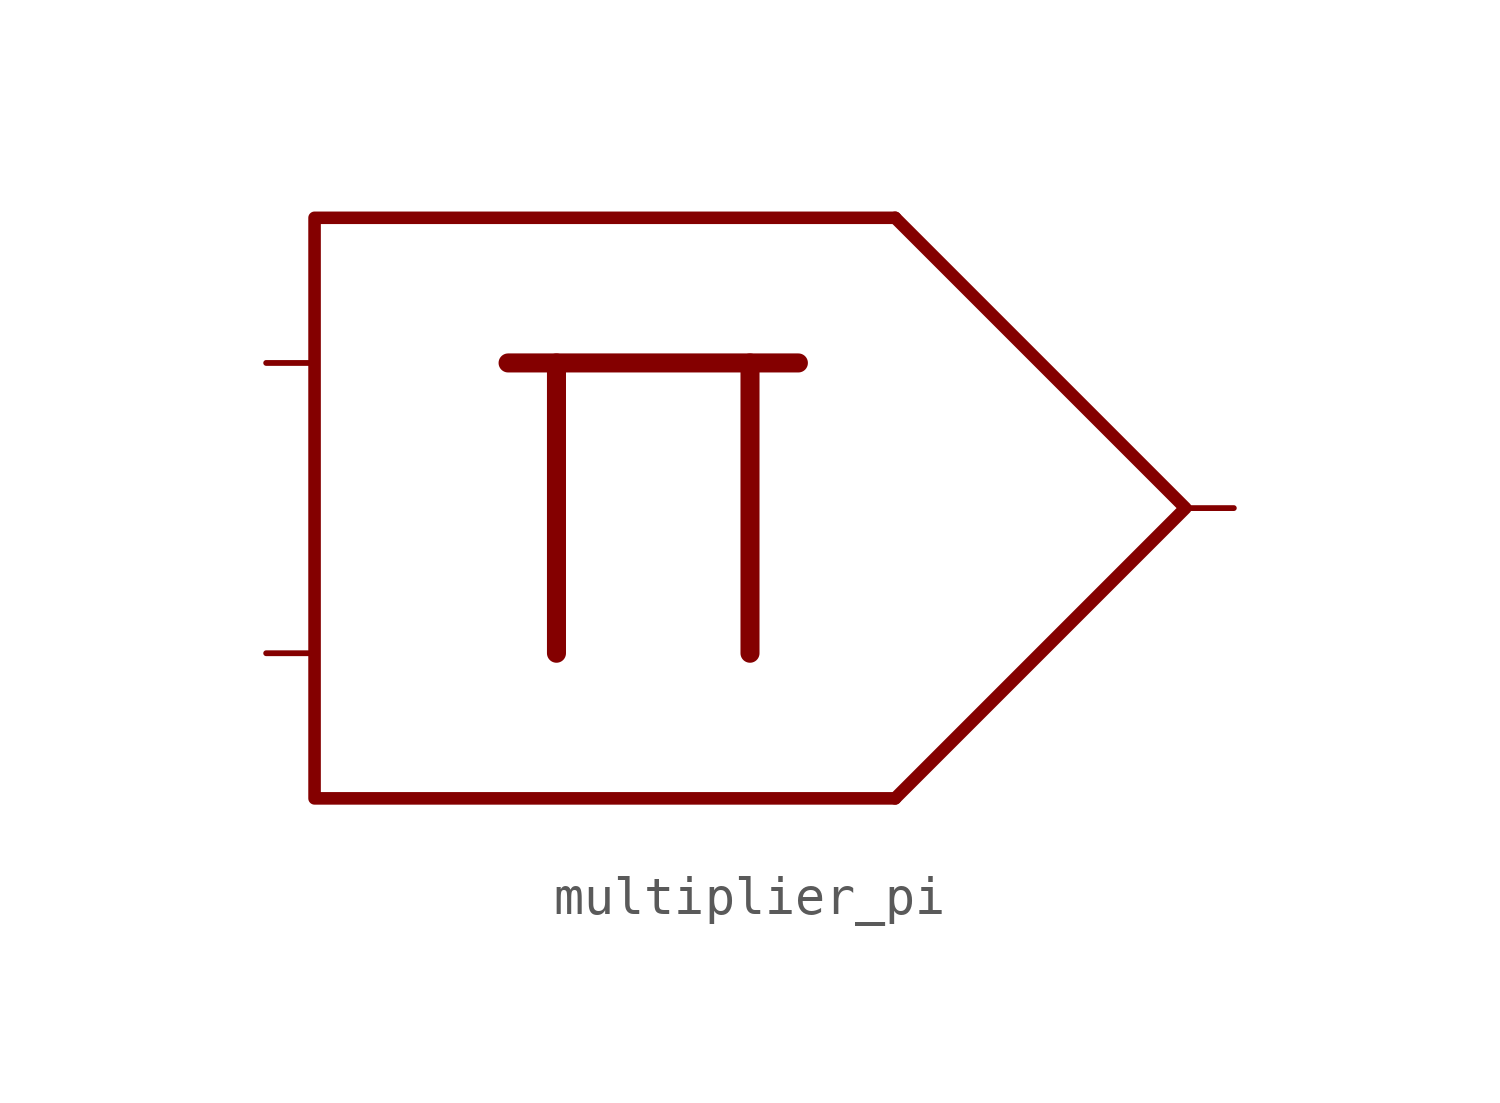
<source format=kicad_sym>
(kicad_symbol_lib
  (version 20211014)
  (generator kicad_symbol_editor)
  (symbol "multiplier_pi"
    (property "Reference" "U"
      (at 3.81 12.7 0)
      (effects (font (size 1.27 1.27)) hide))
    (symbol "multiplier_pi_0_0"
      (polyline (pts (xy -8.89 -3.81) (xy -8.89 3.81)) (stroke (width 0.5) (type default) (color 0 0 0 0)) (fill (type none)))
      (polyline (pts (xy -3.81 3.81) (xy -3.81 -3.81)) (stroke (width 0.5) (type default) (color 0 0 0 0)) (fill (type none)))
      (polyline (pts (xy -2.54 3.81) (xy -10.16 3.81)) (stroke (width 0.5) (type default) (color 0 0 0 0)) (fill (type none)))
      (polyline (pts (xy 0 7.62) (xy -15.24 7.62) (xy -15.24 -7.62) (xy 0 -7.62)) (stroke (width 0.33) (type default) (color 0 0 0 0)) (fill (type none))))
    (symbol "multiplier_pi_0_1"
      (polyline (pts (xy 0 7.62) (xy 7.62 0) (xy 0 -7.62)) (stroke (width 0.33) (type default) (color 0 0 0 0)) (fill (type none))))
    (symbol "multiplier_pi_1_1"
      (pin input line (at -16.51 -3.81 0) (length 1.27) (name "" (effects (font (size 1.27 1.27)))) (number "" (effects (font (size 1.27 1.27)))))
      (pin input line (at -16.51 3.81 0) (length 1.27) (name "" (effects (font (size 1.27 1.27)))) (number "" (effects (font (size 1.27 1.27)))))
      (pin output line (at 8.89 0 180) (length 1.27) (name "" (effects (font (size 1.27 1.27)))) (number "" (effects (font (size 1.27 1.27))))))))
</source>
